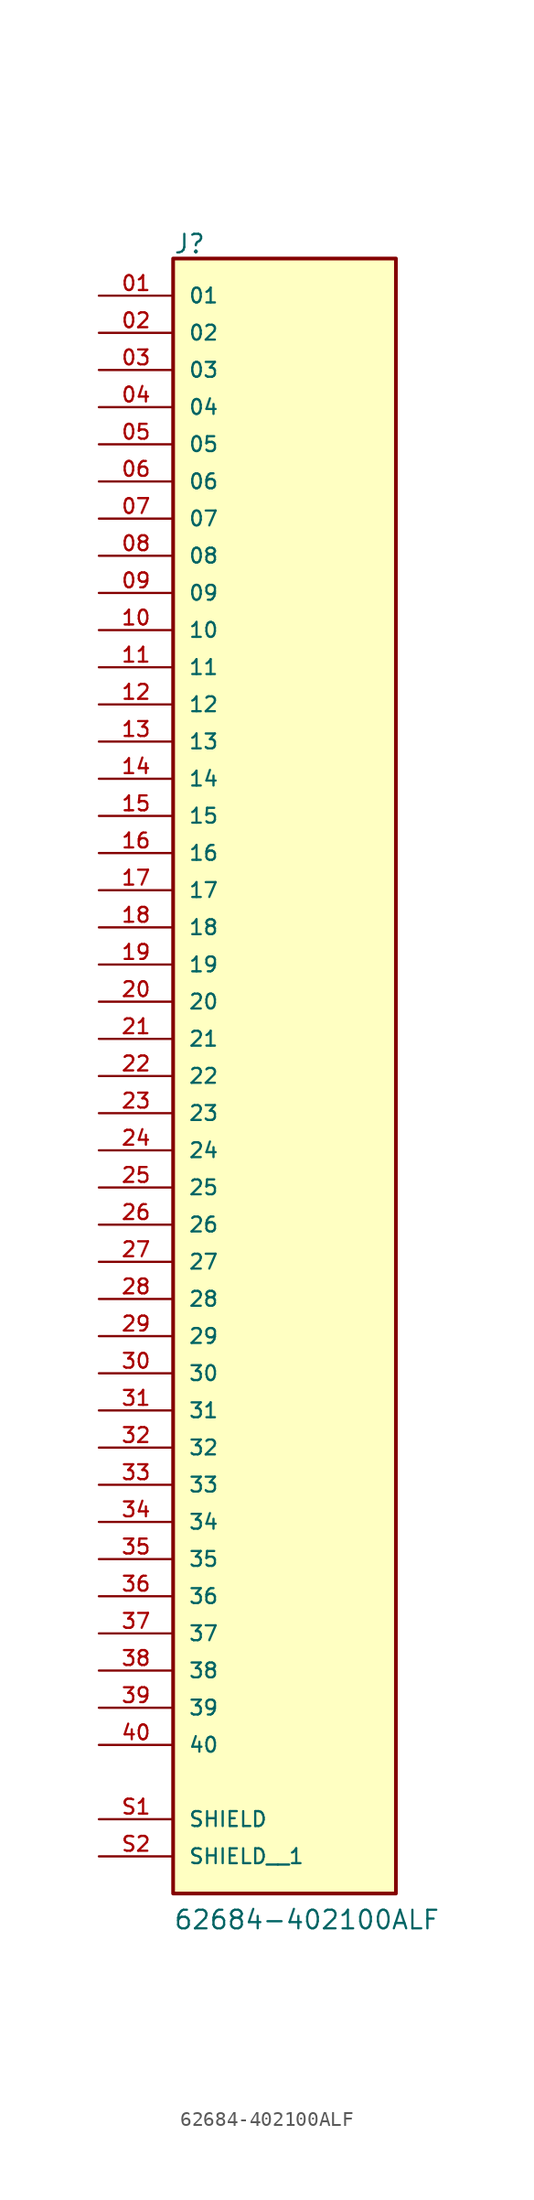
<source format=kicad_sym>
(kicad_symbol_lib
  (version 20211014)
  (generator kicad_symbol_editor)
  (symbol "62684-402100ALF"
    (pin_names
      (offset 1.016))
    (property "Reference" "J"
      (at -7.62 56.134 0)
      (effects (font (size 1.27 1.27)) (justify bottom left)))
    (property "Value" "62684-402100ALF"
      (at -7.62 -58.42 0)
      (effects (font (size 1.27 1.27)) (justify bottom left)))
    (symbol "62684-402100ALF_0_0"
      (rectangle (start -7.62 -55.88) (end 7.62 55.88) (stroke (width 0.254)) (fill (type background)))
      (pin passive line (at -12.7 53.34 0) (length 5.08) (name "01" (effects (font (size 1.016 1.016)))) (number "01" (effects (font (size 1.016 1.016)))))
      (pin passive line (at -12.7 50.8 0) (length 5.08) (name "02" (effects (font (size 1.016 1.016)))) (number "02" (effects (font (size 1.016 1.016)))))
      (pin passive line (at -12.7 48.26 0) (length 5.08) (name "03" (effects (font (size 1.016 1.016)))) (number "03" (effects (font (size 1.016 1.016)))))
      (pin passive line (at -12.7 45.72 0) (length 5.08) (name "04" (effects (font (size 1.016 1.016)))) (number "04" (effects (font (size 1.016 1.016)))))
      (pin passive line (at -12.7 43.18 0) (length 5.08) (name "05" (effects (font (size 1.016 1.016)))) (number "05" (effects (font (size 1.016 1.016)))))
      (pin passive line (at -12.7 40.64 0) (length 5.08) (name "06" (effects (font (size 1.016 1.016)))) (number "06" (effects (font (size 1.016 1.016)))))
      (pin passive line (at -12.7 38.1 0) (length 5.08) (name "07" (effects (font (size 1.016 1.016)))) (number "07" (effects (font (size 1.016 1.016)))))
      (pin passive line (at -12.7 35.56 0) (length 5.08) (name "08" (effects (font (size 1.016 1.016)))) (number "08" (effects (font (size 1.016 1.016)))))
      (pin passive line (at -12.7 33.02 0) (length 5.08) (name "09" (effects (font (size 1.016 1.016)))) (number "09" (effects (font (size 1.016 1.016)))))
      (pin passive line (at -12.7 30.48 0) (length 5.08) (name "10" (effects (font (size 1.016 1.016)))) (number "10" (effects (font (size 1.016 1.016)))))
      (pin passive line (at -12.7 27.94 0) (length 5.08) (name "11" (effects (font (size 1.016 1.016)))) (number "11" (effects (font (size 1.016 1.016)))))
      (pin passive line (at -12.7 25.4 0) (length 5.08) (name "12" (effects (font (size 1.016 1.016)))) (number "12" (effects (font (size 1.016 1.016)))))
      (pin passive line (at -12.7 22.86 0) (length 5.08) (name "13" (effects (font (size 1.016 1.016)))) (number "13" (effects (font (size 1.016 1.016)))))
      (pin passive line (at -12.7 20.32 0) (length 5.08) (name "14" (effects (font (size 1.016 1.016)))) (number "14" (effects (font (size 1.016 1.016)))))
      (pin passive line (at -12.7 17.78 0) (length 5.08) (name "15" (effects (font (size 1.016 1.016)))) (number "15" (effects (font (size 1.016 1.016)))))
      (pin passive line (at -12.7 15.24 0) (length 5.08) (name "16" (effects (font (size 1.016 1.016)))) (number "16" (effects (font (size 1.016 1.016)))))
      (pin passive line (at -12.7 12.7 0) (length 5.08) (name "17" (effects (font (size 1.016 1.016)))) (number "17" (effects (font (size 1.016 1.016)))))
      (pin passive line (at -12.7 10.16 0) (length 5.08) (name "18" (effects (font (size 1.016 1.016)))) (number "18" (effects (font (size 1.016 1.016)))))
      (pin passive line (at -12.7 7.62 0) (length 5.08) (name "19" (effects (font (size 1.016 1.016)))) (number "19" (effects (font (size 1.016 1.016)))))
      (pin passive line (at -12.7 5.08 0) (length 5.08) (name "20" (effects (font (size 1.016 1.016)))) (number "20" (effects (font (size 1.016 1.016)))))
      (pin passive line (at -12.7 2.54 0) (length 5.08) (name "21" (effects (font (size 1.016 1.016)))) (number "21" (effects (font (size 1.016 1.016)))))
      (pin passive line (at -12.7 0.0 0) (length 5.08) (name "22" (effects (font (size 1.016 1.016)))) (number "22" (effects (font (size 1.016 1.016)))))
      (pin passive line (at -12.7 -2.54 0) (length 5.08) (name "23" (effects (font (size 1.016 1.016)))) (number "23" (effects (font (size 1.016 1.016)))))
      (pin passive line (at -12.7 -5.08 0) (length 5.08) (name "24" (effects (font (size 1.016 1.016)))) (number "24" (effects (font (size 1.016 1.016)))))
      (pin passive line (at -12.7 -7.62 0) (length 5.08) (name "25" (effects (font (size 1.016 1.016)))) (number "25" (effects (font (size 1.016 1.016)))))
      (pin passive line (at -12.7 -10.16 0) (length 5.08) (name "26" (effects (font (size 1.016 1.016)))) (number "26" (effects (font (size 1.016 1.016)))))
      (pin passive line (at -12.7 -12.7 0) (length 5.08) (name "27" (effects (font (size 1.016 1.016)))) (number "27" (effects (font (size 1.016 1.016)))))
      (pin passive line (at -12.7 -15.24 0) (length 5.08) (name "28" (effects (font (size 1.016 1.016)))) (number "28" (effects (font (size 1.016 1.016)))))
      (pin passive line (at -12.7 -17.78 0) (length 5.08) (name "29" (effects (font (size 1.016 1.016)))) (number "29" (effects (font (size 1.016 1.016)))))
      (pin passive line (at -12.7 -20.32 0) (length 5.08) (name "30" (effects (font (size 1.016 1.016)))) (number "30" (effects (font (size 1.016 1.016)))))
      (pin passive line (at -12.7 -22.86 0) (length 5.08) (name "31" (effects (font (size 1.016 1.016)))) (number "31" (effects (font (size 1.016 1.016)))))
      (pin passive line (at -12.7 -25.4 0) (length 5.08) (name "32" (effects (font (size 1.016 1.016)))) (number "32" (effects (font (size 1.016 1.016)))))
      (pin passive line (at -12.7 -27.94 0) (length 5.08) (name "33" (effects (font (size 1.016 1.016)))) (number "33" (effects (font (size 1.016 1.016)))))
      (pin passive line (at -12.7 -30.48 0) (length 5.08) (name "34" (effects (font (size 1.016 1.016)))) (number "34" (effects (font (size 1.016 1.016)))))
      (pin passive line (at -12.7 -33.02 0) (length 5.08) (name "35" (effects (font (size 1.016 1.016)))) (number "35" (effects (font (size 1.016 1.016)))))
      (pin passive line (at -12.7 -35.56 0) (length 5.08) (name "36" (effects (font (size 1.016 1.016)))) (number "36" (effects (font (size 1.016 1.016)))))
      (pin passive line (at -12.7 -38.1 0) (length 5.08) (name "37" (effects (font (size 1.016 1.016)))) (number "37" (effects (font (size 1.016 1.016)))))
      (pin passive line (at -12.7 -40.64 0) (length 5.08) (name "38" (effects (font (size 1.016 1.016)))) (number "38" (effects (font (size 1.016 1.016)))))
      (pin passive line (at -12.7 -50.8 0) (length 5.08) (name "SHIELD" (effects (font (size 1.016 1.016)))) (number "S1" (effects (font (size 1.016 1.016)))))
      (pin passive line (at -12.7 -43.18 0) (length 5.08) (name "39" (effects (font (size 1.016 1.016)))) (number "39" (effects (font (size 1.016 1.016)))))
      (pin passive line (at -12.7 -45.72 0) (length 5.08) (name "40" (effects (font (size 1.016 1.016)))) (number "40" (effects (font (size 1.016 1.016)))))
      (pin passive line (at -12.7 -53.34 0) (length 5.08) (name "SHIELD__1" (effects (font (size 1.016 1.016)))) (number "S2" (effects (font (size 1.016 1.016))))))))
</source>
